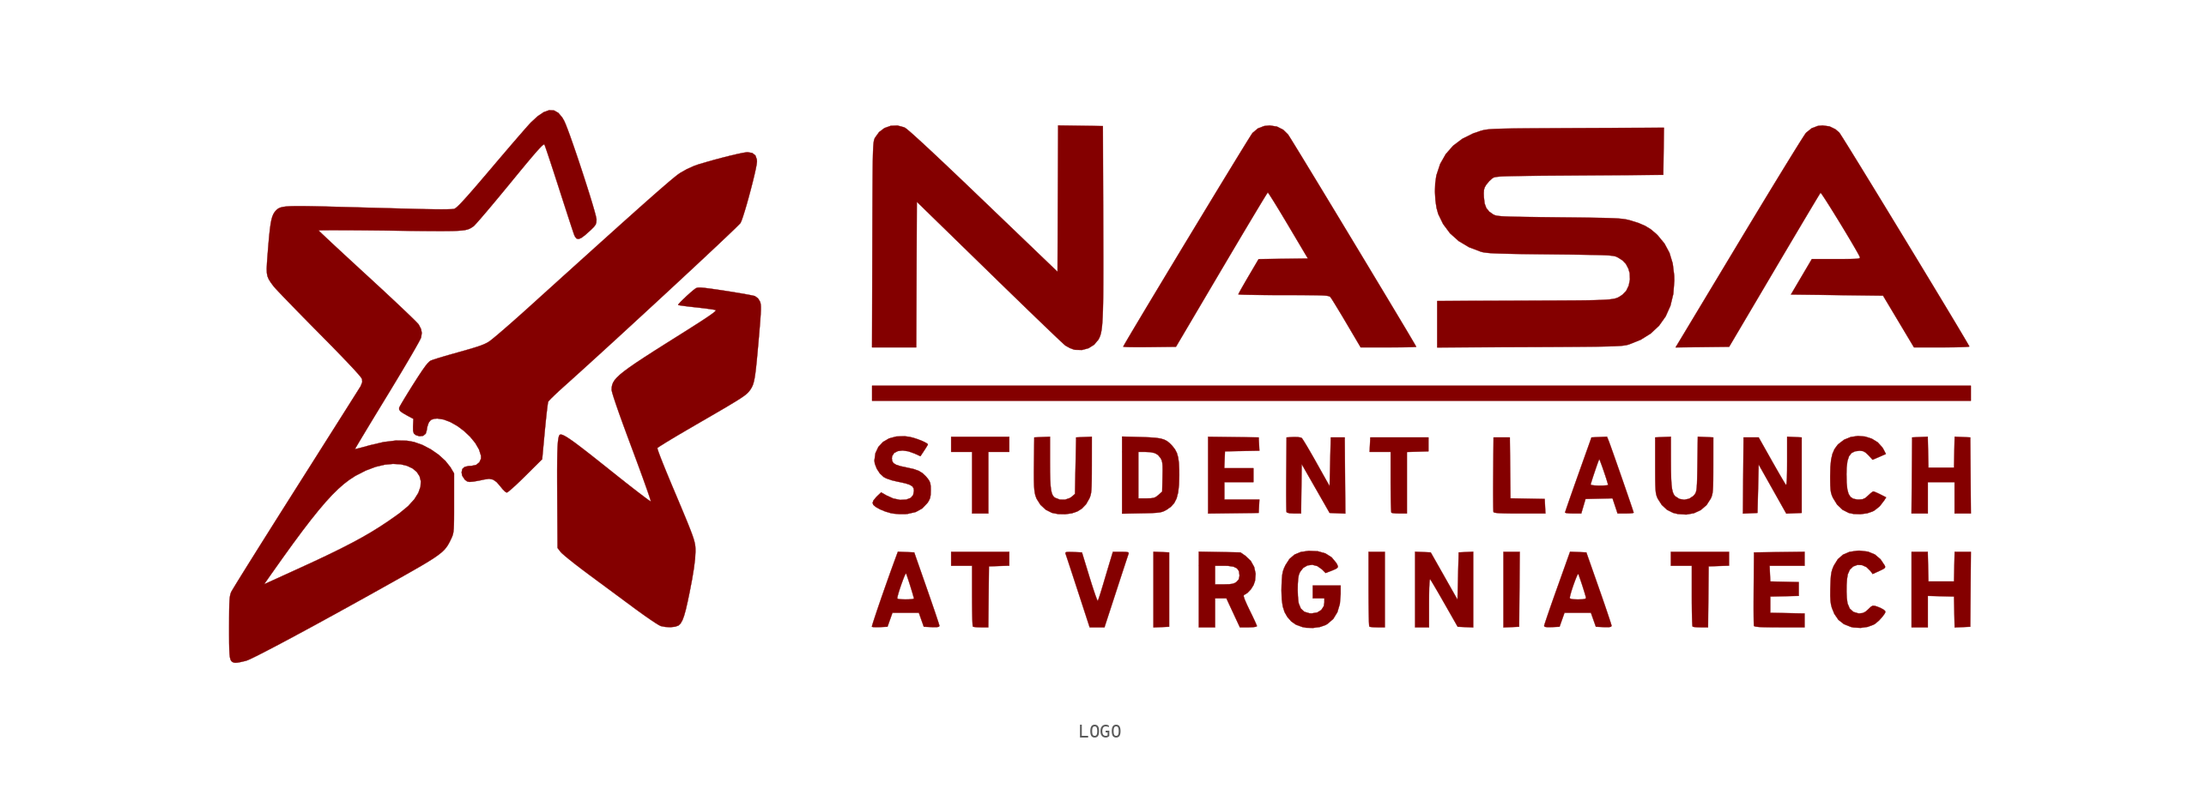
<source format=kicad_sym>
(kicad_symbol_lib
  (version 20211014)
  (generator kicad_symbol_editor)
  (symbol "LOGO"
    (pin_names
      (offset 1.016))
    (property "Reference" "#G"
      (at 0 21.548 0)
      (effects (font (size 1.27 1.27)) hide))
    (symbol "LOGO_0_0"
      (polyline (pts (xy 60.283 0.762) (xy -19.727 0.762) (xy -19.727 -0.339) (xy 60.283 -0.339) (xy 60.283 0.762)) (stroke (width 0.01) (type default) (color 0 0 0 0)) (fill (type outline)))
      (polyline (pts (xy 1.905 -16.806) (xy 1.905 -11.388) (xy 1.333 -11.363) (xy 0.762 -11.338) (xy 0.762 -16.856) (xy 1.905 -16.806)) (stroke (width 0.01) (type default) (color 0 0 0 0)) (fill (type outline)))
      (polyline (pts (xy 27.39 -16.806) (xy 27.412 -14.076) (xy 27.434 -11.345) (xy 26.247 -11.345) (xy 26.247 -16.856) (xy 27.39 -16.806)) (stroke (width 0.01) (type default) (color 0 0 0 0)) (fill (type outline)))
      (polyline (pts (xy -11.261 -4.064) (xy -9.737 -4.064) (xy -9.737 -2.963) (xy -13.97 -2.963) (xy -13.97 -4.064) (xy -12.446 -4.064) (xy -12.446 -8.551) (xy -11.261 -8.551) (xy -11.261 -4.064)) (stroke (width 0.01) (type default) (color 0 0 0 0)) (fill (type outline)))
      (polyline (pts (xy 17.611 -11.345) (xy 16.425 -11.345) (xy 16.425 -14.041) (xy 16.426 -14.402) (xy 16.429 -15.035) (xy 16.436 -15.601) (xy 16.445 -16.081) (xy 16.455 -16.453) (xy 16.468 -16.697) (xy 16.482 -16.792) (xy 16.571 -16.819) (xy 16.787 -16.84) (xy 17.074 -16.849) (xy 17.611 -16.849) (xy 17.611 -11.345)) (stroke (width 0.01) (type default) (color 0 0 0 0)) (fill (type outline)))
      (polyline (pts (xy 57.15 -6.265) (xy 59.097 -6.265) (xy 59.097 -8.551) (xy 60.285 -8.551) (xy 60.263 -5.779) (xy 60.24 -3.006) (xy 59.102 -2.956) (xy 59.079 -4.081) (xy 59.055 -5.207) (xy 57.192 -5.207) (xy 57.169 -4.081) (xy 57.145 -2.956) (xy 56.007 -3.006) (xy 55.985 -5.779) (xy 55.962 -8.551) (xy 57.15 -8.551) (xy 57.15 -6.265)) (stroke (width 0.01) (type default) (color 0 0 0 0)) (fill (type outline)))
      (polyline (pts (xy 6.583 -8.532) (xy 8.424 -8.509) (xy 8.475 -7.535) (xy 5.927 -7.535) (xy 5.927 -6.265) (xy 8.043 -6.265) (xy 8.043 -5.249) (xy 5.919 -5.249) (xy 5.944 -4.636) (xy 5.969 -4.022) (xy 7.222 -3.998) (xy 8.475 -3.975) (xy 8.45 -3.49) (xy 8.424 -3.006) (xy 6.583 -2.983) (xy 4.741 -2.96) (xy 4.741 -8.555) (xy 6.583 -8.532)) (stroke (width 0.01) (type default) (color 0 0 0 0)) (fill (type outline)))
      (polyline (pts (xy 59.671 -16.831) (xy 60.24 -16.806) (xy 60.263 -14.076) (xy 60.285 -11.345) (xy 59.102 -11.345) (xy 59.079 -12.425) (xy 59.055 -13.504) (xy 57.192 -13.504) (xy 57.145 -11.345) (xy 55.965 -11.345) (xy 55.965 -16.849) (xy 57.15 -16.849) (xy 57.15 -14.557) (xy 58.102 -14.581) (xy 59.055 -14.605) (xy 59.079 -15.731) (xy 59.102 -16.856) (xy 59.671 -16.831)) (stroke (width 0.01) (type default) (color 0 0 0 0)) (fill (type outline)))
      (polyline (pts (xy 41.19 -12.404) (xy 41.931 -12.379) (xy 42.672 -12.355) (xy 42.672 -11.345) (xy 38.439 -11.345) (xy 38.439 -12.361) (xy 39.963 -12.361) (xy 39.963 -14.549) (xy 39.964 -15.077) (xy 39.97 -15.62) (xy 39.979 -16.087) (xy 39.99 -16.453) (xy 40.004 -16.696) (xy 40.019 -16.792) (xy 40.108 -16.819) (xy 40.323 -16.84) (xy 40.61 -16.849) (xy 41.145 -16.849) (xy 41.19 -12.404)) (stroke (width 0.01) (type default) (color 0 0 0 0)) (fill (type outline)))
      (polyline (pts (xy -11.241 -14.626) (xy -11.218 -12.404) (xy -10.477 -12.379) (xy -9.737 -12.355) (xy -9.737 -11.345) (xy -13.97 -11.345) (xy -13.97 -12.361) (xy -12.446 -12.361) (xy -12.446 -14.549) (xy -12.444 -15.077) (xy -12.439 -15.62) (xy -12.43 -16.087) (xy -12.418 -16.453) (xy -12.405 -16.696) (xy -12.39 -16.792) (xy -12.3 -16.819) (xy -12.085 -16.84) (xy -11.798 -16.849) (xy -11.264 -16.849) (xy -11.241 -14.626)) (stroke (width 0.01) (type default) (color 0 0 0 0)) (fill (type outline)))
      (polyline (pts (xy 19.219 -4.07) (xy 20.003 -4.046) (xy 20.786 -4.022) (xy 20.786 -3.006) (xy 16.552 -3.006) (xy 16.527 -3.535) (xy 16.502 -4.064) (xy 18.034 -4.064) (xy 18.034 -6.251) (xy 18.036 -6.78) (xy 18.041 -7.323) (xy 18.05 -7.789) (xy 18.061 -8.155) (xy 18.075 -8.398) (xy 18.09 -8.495) (xy 18.18 -8.521) (xy 18.396 -8.543) (xy 18.683 -8.551) (xy 19.219 -8.551) (xy 19.219 -4.07)) (stroke (width 0.01) (type default) (color 0 0 0 0)) (fill (type outline)))
      (polyline (pts (xy 29.252 -7.493) (xy 28.005 -7.47) (xy 26.757 -7.446) (xy 26.735 -5.226) (xy 26.712 -3.006) (xy 25.527 -3.006) (xy 25.505 -5.672) (xy 25.502 -6.001) (xy 25.499 -6.636) (xy 25.499 -7.209) (xy 25.502 -7.697) (xy 25.506 -8.08) (xy 25.514 -8.336) (xy 25.523 -8.445) (xy 25.566 -8.477) (xy 25.699 -8.506) (xy 25.935 -8.527) (xy 26.293 -8.541) (xy 26.786 -8.549) (xy 27.433 -8.551) (xy 29.303 -8.551) (xy 29.252 -7.493)) (stroke (width 0.01) (type default) (color 0 0 0 0)) (fill (type outline)))
      (polyline (pts (xy 24.045 -11.337) (xy 23.516 -11.363) (xy 22.987 -11.388) (xy 22.945 -13.111) (xy 22.902 -14.835) (xy 21.927 -13.111) (xy 20.952 -11.388) (xy 20.382 -11.363) (xy 19.812 -11.338) (xy 19.812 -16.849) (xy 20.828 -16.849) (xy 20.828 -15.054) (xy 20.831 -14.46) (xy 20.841 -13.963) (xy 20.858 -13.603) (xy 20.88 -13.392) (xy 20.908 -13.339) (xy 20.932 -13.373) (xy 21.035 -13.537) (xy 21.201 -13.816) (xy 21.418 -14.185) (xy 21.672 -14.625) (xy 21.951 -15.113) (xy 22.915 -16.806) (xy 23.48 -16.831) (xy 24.045 -16.856) (xy 24.045 -11.337)) (stroke (width 0.01) (type default) (color 0 0 0 0)) (fill (type outline)))
      (polyline (pts (xy 44.216 -8.534) (xy 44.746 -8.509) (xy 44.789 -6.745) (xy 44.831 -4.981) (xy 45.837 -6.77) (xy 46.843 -8.559) (xy 47.403 -8.534) (xy 47.964 -8.509) (xy 47.964 -3.006) (xy 47.434 -2.981) (xy 46.905 -2.955) (xy 46.905 -4.759) (xy 46.902 -5.417) (xy 46.892 -5.911) (xy 46.874 -6.247) (xy 46.85 -6.43) (xy 46.818 -6.466) (xy 46.793 -6.433) (xy 46.691 -6.269) (xy 46.525 -5.99) (xy 46.309 -5.62) (xy 46.057 -5.18) (xy 45.78 -4.692) (xy 44.831 -3.006) (xy 43.73 -3.006) (xy 43.708 -5.783) (xy 43.686 -8.559) (xy 44.216 -8.534)) (stroke (width 0.01) (type default) (color 0 0 0 0)) (fill (type outline)))
      (polyline (pts (xy 48.175 -15.837) (xy 46.926 -15.814) (xy 45.678 -15.79) (xy 45.678 -14.605) (xy 46.715 -14.581) (xy 47.752 -14.557) (xy 47.752 -13.552) (xy 46.715 -13.528) (xy 45.678 -13.504) (xy 45.653 -12.933) (xy 45.627 -12.361) (xy 48.175 -12.361) (xy 48.175 -11.342) (xy 46.334 -11.365) (xy 44.492 -11.388) (xy 44.47 -14.011) (xy 44.468 -14.303) (xy 44.465 -14.936) (xy 44.464 -15.507) (xy 44.467 -15.995) (xy 44.472 -16.377) (xy 44.479 -16.634) (xy 44.488 -16.742) (xy 44.525 -16.772) (xy 44.651 -16.802) (xy 44.88 -16.824) (xy 45.229 -16.838) (xy 45.714 -16.846) (xy 46.352 -16.849) (xy 48.175 -16.849) (xy 48.175 -15.837)) (stroke (width 0.01) (type default) (color 0 0 0 0)) (fill (type outline)))
      (polyline (pts (xy 14.712 -5.782) (xy 14.69 -3.006) (xy 13.674 -3.006) (xy 13.589 -6.562) (xy 12.632 -4.854) (xy 12.48 -4.583) (xy 12.211 -4.114) (xy 11.972 -3.703) (xy 11.775 -3.375) (xy 11.633 -3.15) (xy 11.56 -3.051) (xy 11.48 -3.015) (xy 11.253 -2.982) (xy 10.95 -2.98) (xy 10.456 -3.006) (xy 10.434 -5.672) (xy 10.431 -6.001) (xy 10.429 -6.636) (xy 10.428 -7.209) (xy 10.431 -7.697) (xy 10.436 -8.08) (xy 10.443 -8.336) (xy 10.452 -8.445) (xy 10.483 -8.479) (xy 10.668 -8.533) (xy 11.002 -8.551) (xy 11.511 -8.551) (xy 11.557 -4.953) (xy 13.589 -8.509) (xy 14.162 -8.534) (xy 14.734 -8.559) (xy 14.712 -5.782)) (stroke (width 0.01) (type default) (color 0 0 0 0)) (fill (type outline)))
      (polyline (pts (xy -1.95 -14.224) (xy -1.824 -13.838) (xy -1.625 -13.226) (xy -1.444 -12.674) (xy -1.289 -12.202) (xy -1.167 -11.832) (xy -1.084 -11.582) (xy -1.047 -11.473) (xy -1.041 -11.417) (xy -1.107 -11.373) (xy -1.281 -11.351) (xy -1.595 -11.345) (xy -2.191 -11.345) (xy -2.402 -12.044) (xy -2.497 -12.359) (xy -2.634 -12.817) (xy -2.783 -13.319) (xy -2.926 -13.801) (xy -2.947 -13.869) (xy -3.066 -14.262) (xy -3.171 -14.589) (xy -3.25 -14.82) (xy -3.293 -14.919) (xy -3.307 -14.91) (xy -3.366 -14.779) (xy -3.463 -14.52) (xy -3.588 -14.152) (xy -3.735 -13.7) (xy -3.896 -13.184) (xy -4.445 -11.388) (xy -5.069 -11.363) (xy -5.098 -11.361) (xy -5.407 -11.354) (xy -5.58 -11.366) (xy -5.648 -11.404) (xy -5.642 -11.472) (xy -5.626 -11.52) (xy -5.56 -11.716) (xy -5.452 -12.041) (xy -5.309 -12.476) (xy -5.138 -12.998) (xy -4.945 -13.589) (xy -4.736 -14.228) (xy -3.882 -16.849) (xy -2.805 -16.849) (xy -1.95 -14.224)) (stroke (width 0.01) (type default) (color 0 0 0 0)) (fill (type outline)))
      (polyline (pts (xy -5.181 -8.539) (xy -4.784 -8.403) (xy -4.45 -8.195) (xy -4.146 -7.881) (xy -3.902 -7.451) (xy -3.861 -7.354) (xy -3.816 -7.218) (xy -3.782 -7.055) (xy -3.758 -6.842) (xy -3.743 -6.555) (xy -3.733 -6.171) (xy -3.729 -5.665) (xy -3.727 -5.013) (xy -3.725 -2.956) (xy -4.297 -2.981) (xy -4.868 -3.006) (xy -4.911 -5.066) (xy -4.953 -7.127) (xy -5.191 -7.331) (xy -5.318 -7.421) (xy -5.673 -7.543) (xy -6.057 -7.538) (xy -6.409 -7.402) (xy -6.446 -7.376) (xy -6.549 -7.267) (xy -6.628 -7.103) (xy -6.687 -6.866) (xy -6.729 -6.537) (xy -6.755 -6.095) (xy -6.769 -5.523) (xy -6.773 -4.801) (xy -6.773 -2.956) (xy -7.345 -2.981) (xy -7.916 -3.006) (xy -7.939 -4.904) (xy -7.945 -5.548) (xy -7.943 -6.083) (xy -7.932 -6.496) (xy -7.911 -6.811) (xy -7.878 -7.052) (xy -7.834 -7.243) (xy -7.746 -7.478) (xy -7.465 -7.921) (xy -7.08 -8.277) (xy -6.629 -8.505) (xy -6.621 -8.507) (xy -6.168 -8.594) (xy -5.665 -8.604) (xy -5.181 -8.539)) (stroke (width 0.01) (type default) (color 0 0 0 0)) (fill (type outline)))
      (polyline (pts (xy 5.249 -14.732) (xy 6.071 -14.732) (xy 6.563 -15.79) (xy 7.056 -16.849) (xy 7.676 -16.849) (xy 7.704 -16.849) (xy 8.009 -16.836) (xy 8.219 -16.807) (xy 8.297 -16.765) (xy 8.293 -16.746) (xy 8.235 -16.599) (xy 8.119 -16.341) (xy 7.959 -16.002) (xy 7.768 -15.61) (xy 7.569 -15.194) (xy 7.408 -14.825) (xy 7.332 -14.593) (xy 7.34 -14.503) (xy 7.344 -14.501) (xy 7.605 -14.341) (xy 7.859 -14.077) (xy 8.052 -13.765) (xy 8.16 -13.451) (xy 8.202 -12.941) (xy 8.094 -12.447) (xy 7.846 -12.004) (xy 7.465 -11.643) (xy 7.098 -11.388) (xy 5.581 -11.36) (xy 4.064 -11.332) (xy 4.064 -12.361) (xy 5.249 -12.361) (xy 5.915 -12.361) (xy 6.2 -12.369) (xy 6.59 -12.427) (xy 6.845 -12.551) (xy 6.985 -12.751) (xy 7.027 -13.039) (xy 7.025 -13.124) (xy 6.967 -13.361) (xy 6.804 -13.54) (xy 6.7 -13.611) (xy 6.527 -13.675) (xy 6.281 -13.707) (xy 5.915 -13.716) (xy 5.249 -13.716) (xy 5.249 -12.361) (xy 4.064 -12.361) (xy 4.064 -16.849) (xy 5.249 -16.849) (xy 5.249 -14.732)) (stroke (width 0.01) (type default) (color 0 0 0 0)) (fill (type outline)))
      (polyline (pts (xy -0.106 -8.537) (xy 0.208 -8.531) (xy 0.654 -8.518) (xy 0.98 -8.5) (xy 1.216 -8.473) (xy 1.392 -8.433) (xy 1.54 -8.376) (xy 1.69 -8.297) (xy 1.709 -8.287) (xy 2.03 -8.064) (xy 2.273 -7.793) (xy 2.447 -7.451) (xy 2.56 -7.014) (xy 2.622 -6.459) (xy 2.642 -5.761) (xy 2.639 -5.401) (xy 2.615 -4.873) (xy 2.56 -4.463) (xy 2.467 -4.14) (xy 2.327 -3.87) (xy 2.133 -3.623) (xy 1.957 -3.44) (xy 1.762 -3.281) (xy 1.543 -3.166) (xy 1.272 -3.086) (xy 0.919 -3.035) (xy 0.456 -3.002) (xy -0.148 -2.981) (xy -1.524 -2.943) (xy -1.524 -4.064) (xy -0.339 -4.064) (xy 0.164 -4.064) (xy 0.524 -4.079) (xy 0.854 -4.147) (xy 1.091 -4.284) (xy 1.273 -4.506) (xy 1.307 -4.562) (xy 1.368 -4.697) (xy 1.406 -4.859) (xy 1.425 -5.086) (xy 1.429 -5.411) (xy 1.421 -5.87) (xy 1.397 -6.957) (xy 1.12 -7.204) (xy 0.956 -7.336) (xy 0.794 -7.41) (xy 0.579 -7.443) (xy 0.253 -7.451) (xy -0.339 -7.451) (xy -0.339 -4.064) (xy -1.524 -4.064) (xy -1.524 -8.566) (xy -0.106 -8.537)) (stroke (width 0.01) (type default) (color 0 0 0 0)) (fill (type outline)))
      (polyline (pts (xy 40.124 -8.529) (xy 40.626 -8.293) (xy 41.042 -7.931) (xy 41.35 -7.451) (xy 41.392 -7.354) (xy 41.438 -7.219) (xy 41.472 -7.058) (xy 41.496 -6.848) (xy 41.511 -6.566) (xy 41.521 -6.186) (xy 41.525 -5.684) (xy 41.527 -5.038) (xy 41.529 -3.006) (xy 40.964 -2.981) (xy 40.4 -2.956) (xy 40.372 -4.943) (xy 40.364 -5.465) (xy 40.353 -5.98) (xy 40.341 -6.367) (xy 40.323 -6.647) (xy 40.299 -6.846) (xy 40.267 -6.983) (xy 40.223 -7.084) (xy 40.166 -7.17) (xy 40.07 -7.28) (xy 39.763 -7.477) (xy 39.409 -7.549) (xy 39.057 -7.489) (xy 38.753 -7.295) (xy 38.748 -7.29) (xy 38.652 -7.164) (xy 38.578 -6.991) (xy 38.523 -6.752) (xy 38.484 -6.425) (xy 38.459 -5.991) (xy 38.445 -5.428) (xy 38.441 -4.716) (xy 38.439 -2.956) (xy 37.867 -2.981) (xy 37.296 -3.006) (xy 37.296 -5.038) (xy 37.297 -5.549) (xy 37.3 -6.081) (xy 37.308 -6.486) (xy 37.322 -6.788) (xy 37.343 -7.012) (xy 37.375 -7.181) (xy 37.417 -7.319) (xy 37.474 -7.451) (xy 37.481 -7.467) (xy 37.777 -7.929) (xy 38.163 -8.286) (xy 38.606 -8.506) (xy 38.944 -8.589) (xy 39.556 -8.63) (xy 40.124 -8.529)) (stroke (width 0.01) (type default) (color 0 0 0 0)) (fill (type outline)))
      (polyline (pts (xy 29.771 -16.831) (xy 30.333 -16.806) (xy 30.512 -16.298) (xy 30.692 -15.79) (xy 32.618 -15.79) (xy 32.798 -16.298) (xy 32.978 -16.806) (xy 33.549 -16.831) (xy 33.673 -16.836) (xy 33.941 -16.833) (xy 34.081 -16.803) (xy 34.121 -16.74) (xy 34.11 -16.692) (xy 34.051 -16.497) (xy 33.946 -16.174) (xy 33.802 -15.744) (xy 33.626 -15.226) (xy 33.424 -14.64) (xy 33.202 -14.005) (xy 32.283 -11.388) (xy 31.099 -11.338) (xy 30.154 -13.988) (xy 30 -14.419) (xy 29.897 -14.711) (xy 31.074 -14.711) (xy 31.1 -14.557) (xy 31.166 -14.311) (xy 31.26 -14.011) (xy 31.369 -13.692) (xy 31.48 -13.391) (xy 31.58 -13.143) (xy 31.656 -12.986) (xy 31.697 -12.954) (xy 31.753 -13.101) (xy 31.85 -13.377) (xy 31.961 -13.707) (xy 32.07 -14.047) (xy 32.165 -14.356) (xy 32.233 -14.589) (xy 32.258 -14.706) (xy 32.257 -14.715) (xy 32.191 -14.774) (xy 32.001 -14.807) (xy 31.665 -14.817) (xy 31.333 -14.806) (xy 31.136 -14.772) (xy 31.074 -14.711) (xy 29.897 -14.711) (xy 29.786 -15.026) (xy 29.596 -15.572) (xy 29.437 -16.036) (xy 29.315 -16.4) (xy 29.236 -16.643) (xy 29.209 -16.747) (xy 29.21 -16.755) (xy 29.271 -16.812) (xy 29.45 -16.836) (xy 29.771 -16.831)) (stroke (width 0.01) (type default) (color 0 0 0 0)) (fill (type outline)))
      (polyline (pts (xy 52.727 -8.539) (xy 53.131 -8.402) (xy 53.278 -8.319) (xy 53.649 -8.022) (xy 53.97 -7.604) (xy 54.115 -7.376) (xy 53.688 -7.159) (xy 53.507 -7.071) (xy 53.296 -6.979) (xy 53.182 -6.943) (xy 53.138 -6.96) (xy 52.993 -7.067) (xy 52.807 -7.239) (xy 52.599 -7.421) (xy 52.399 -7.513) (xy 52.14 -7.535) (xy 51.99 -7.53) (xy 51.718 -7.474) (xy 51.516 -7.342) (xy 51.375 -7.116) (xy 51.285 -6.778) (xy 51.238 -6.308) (xy 51.224 -5.69) (xy 51.236 -5.223) (xy 51.294 -4.733) (xy 51.41 -4.38) (xy 51.591 -4.147) (xy 51.847 -4.019) (xy 52.187 -3.979) (xy 52.203 -3.979) (xy 52.426 -4.006) (xy 52.611 -4.104) (xy 52.824 -4.307) (xy 53.128 -4.635) (xy 53.612 -4.425) (xy 54.096 -4.215) (xy 53.933 -3.896) (xy 53.842 -3.74) (xy 53.504 -3.367) (xy 53.073 -3.101) (xy 52.581 -2.944) (xy 52.059 -2.902) (xy 51.539 -2.977) (xy 51.053 -3.174) (xy 50.632 -3.496) (xy 50.564 -3.569) (xy 50.355 -3.857) (xy 50.206 -4.198) (xy 50.108 -4.62) (xy 50.055 -5.153) (xy 50.039 -5.824) (xy 50.04 -6.113) (xy 50.047 -6.516) (xy 50.066 -6.81) (xy 50.101 -7.032) (xy 50.156 -7.218) (xy 50.238 -7.408) (xy 50.543 -7.903) (xy 50.935 -8.278) (xy 51.391 -8.511) (xy 51.75 -8.586) (xy 52.243 -8.602) (xy 52.727 -8.539)) (stroke (width 0.01) (type default) (color 0 0 0 0)) (fill (type outline)))
      (polyline (pts (xy -19.148 -16.831) (xy -18.605 -16.806) (xy -18.425 -16.298) (xy -18.245 -15.79) (xy -16.319 -15.79) (xy -16.14 -16.298) (xy -15.96 -16.806) (xy -15.388 -16.831) (xy -15.321 -16.834) (xy -15.024 -16.835) (xy -14.866 -16.807) (xy -14.821 -16.747) (xy -14.832 -16.699) (xy -14.892 -16.504) (xy -14.998 -16.182) (xy -15.142 -15.752) (xy -15.319 -15.234) (xy -15.521 -14.648) (xy -15.742 -14.012) (xy -16.659 -11.388) (xy -17.253 -11.363) (xy -17.848 -11.338) (xy -17.983 -11.702) (xy -18.145 -12.144) (xy -18.363 -12.745) (xy -18.586 -13.37) (xy -18.808 -14) (xy -19.022 -14.613) (xy -19.06 -14.724) (xy -17.894 -14.724) (xy -17.865 -14.57) (xy -17.796 -14.322) (xy -17.7 -14.018) (xy -17.589 -13.692) (xy -17.476 -13.383) (xy -17.375 -13.126) (xy -17.296 -12.958) (xy -17.254 -12.916) (xy -17.232 -12.967) (xy -17.164 -13.156) (xy -17.071 -13.437) (xy -16.965 -13.768) (xy -16.86 -14.107) (xy -16.768 -14.411) (xy -16.704 -14.64) (xy -16.679 -14.75) (xy -16.694 -14.766) (xy -16.827 -14.794) (xy -17.054 -14.811) (xy -17.326 -14.815) (xy -17.59 -14.807) (xy -17.796 -14.787) (xy -17.891 -14.753) (xy -17.894 -14.724) (xy -19.06 -14.724) (xy -19.221 -15.19) (xy -19.397 -15.71) (xy -19.544 -16.152) (xy -19.655 -16.496) (xy -19.723 -16.721) (xy -19.74 -16.808) (xy -19.65 -16.828) (xy -19.436 -16.837) (xy -19.148 -16.831)) (stroke (width 0.01) (type default) (color 0 0 0 0)) (fill (type outline)))
      (polyline (pts (xy 12.872 -16.826) (xy 13.28 -16.686) (xy 13.445 -16.592) (xy 13.859 -16.229) (xy 14.155 -15.745) (xy 14.334 -15.142) (xy 14.393 -14.42) (xy 14.393 -13.801) (xy 12.361 -13.801) (xy 12.361 -14.732) (xy 13.208 -14.732) (xy 13.208 -15.035) (xy 13.163 -15.307) (xy 12.982 -15.586) (xy 12.683 -15.768) (xy 12.288 -15.833) (xy 12.12 -15.824) (xy 11.752 -15.715) (xy 11.494 -15.48) (xy 11.343 -15.113) (xy 11.311 -14.929) (xy 11.279 -14.556) (xy 11.265 -14.125) (xy 11.272 -13.691) (xy 11.298 -13.313) (xy 11.343 -13.046) (xy 11.43 -12.824) (xy 11.666 -12.517) (xy 11.978 -12.336) (xy 12.332 -12.29) (xy 12.698 -12.386) (xy 13.043 -12.632) (xy 13.3 -12.89) (xy 13.656 -12.752) (xy 13.822 -12.687) (xy 14.058 -12.581) (xy 14.173 -12.492) (xy 14.191 -12.396) (xy 14.138 -12.266) (xy 14.08 -12.162) (xy 13.74 -11.749) (xy 13.289 -11.463) (xy 12.732 -11.304) (xy 12.072 -11.274) (xy 11.494 -11.356) (xy 11.032 -11.548) (xy 10.667 -11.862) (xy 10.376 -12.311) (xy 10.366 -12.332) (xy 10.258 -12.567) (xy 10.185 -12.784) (xy 10.139 -13.03) (xy 10.111 -13.351) (xy 10.091 -13.796) (xy 10.083 -14.157) (xy 10.103 -14.8) (xy 10.176 -15.318) (xy 10.308 -15.735) (xy 10.502 -16.077) (xy 10.503 -16.08) (xy 10.802 -16.423) (xy 11.142 -16.656) (xy 11.586 -16.821) (xy 11.888 -16.879) (xy 12.383 -16.892) (xy 12.872 -16.826)) (stroke (width 0.01) (type default) (color 0 0 0 0)) (fill (type outline)))
      (polyline (pts (xy 32.225 -7.493) (xy 33.207 -7.469) (xy 34.19 -7.445) (xy 34.374 -7.998) (xy 34.558 -8.551) (xy 35.144 -8.551) (xy 35.161 -8.551) (xy 35.448 -8.543) (xy 35.652 -8.524) (xy 35.729 -8.496) (xy 35.726 -8.481) (xy 35.681 -8.339) (xy 35.591 -8.069) (xy 35.464 -7.693) (xy 35.307 -7.235) (xy 35.129 -6.718) (xy 34.938 -6.165) (xy 34.741 -5.6) (xy 34.547 -5.045) (xy 34.364 -4.523) (xy 34.2 -4.058) (xy 34.063 -3.673) (xy 33.961 -3.391) (xy 33.902 -3.235) (xy 33.787 -2.955) (xy 32.659 -3.006) (xy 31.696 -5.711) (xy 31.524 -6.196) (xy 31.434 -6.451) (xy 32.597 -6.451) (xy 32.617 -6.364) (xy 32.681 -6.151) (xy 32.775 -5.859) (xy 32.886 -5.525) (xy 33 -5.192) (xy 33.103 -4.898) (xy 33.182 -4.686) (xy 33.224 -4.594) (xy 33.228 -4.596) (xy 33.273 -4.69) (xy 33.353 -4.9) (xy 33.457 -5.187) (xy 33.57 -5.515) (xy 33.681 -5.845) (xy 33.775 -6.14) (xy 33.842 -6.363) (xy 33.867 -6.476) (xy 33.864 -6.48) (xy 33.76 -6.5) (xy 33.535 -6.514) (xy 33.232 -6.519) (xy 33.172 -6.519) (xy 32.88 -6.508) (xy 32.674 -6.484) (xy 32.597 -6.451) (xy 31.434 -6.451) (xy 31.31 -6.802) (xy 31.12 -7.343) (xy 30.961 -7.801) (xy 30.839 -8.157) (xy 30.761 -8.39) (xy 30.734 -8.483) (xy 30.734 -8.486) (xy 30.822 -8.519) (xy 31.032 -8.542) (xy 31.324 -8.551) (xy 31.913 -8.551) (xy 32.225 -7.493)) (stroke (width 0.01) (type default) (color 0 0 0 0)) (fill (type outline)))
      (polyline (pts (xy 52.77 -16.815) (xy 53.209 -16.651) (xy 53.334 -16.571) (xy 53.599 -16.346) (xy 53.831 -16.09) (xy 53.834 -16.086) (xy 53.993 -15.871) (xy 54.059 -15.744) (xy 54.042 -15.662) (xy 53.953 -15.579) (xy 53.923 -15.556) (xy 53.711 -15.439) (xy 53.454 -15.334) (xy 53.277 -15.281) (xy 53.133 -15.275) (xy 53.001 -15.351) (xy 52.815 -15.528) (xy 52.615 -15.706) (xy 52.413 -15.807) (xy 52.168 -15.833) (xy 52.081 -15.829) (xy 51.727 -15.723) (xy 51.462 -15.48) (xy 51.306 -15.113) (xy 51.297 -15.073) (xy 51.25 -14.708) (xy 51.229 -14.252) (xy 51.234 -13.769) (xy 51.265 -13.324) (xy 51.32 -12.983) (xy 51.467 -12.652) (xy 51.713 -12.413) (xy 52.021 -12.299) (xy 52.355 -12.312) (xy 52.684 -12.459) (xy 52.973 -12.744) (xy 53.132 -12.962) (xy 53.617 -12.74) (xy 53.626 -12.736) (xy 53.884 -12.612) (xy 54.014 -12.523) (xy 54.045 -12.44) (xy 54.005 -12.334) (xy 53.704 -11.887) (xy 53.292 -11.538) (xy 52.789 -11.331) (xy 52.188 -11.261) (xy 52.038 -11.264) (xy 51.45 -11.347) (xy 50.972 -11.552) (xy 50.595 -11.884) (xy 50.304 -12.352) (xy 50.282 -12.4) (xy 50.194 -12.617) (xy 50.133 -12.834) (xy 50.094 -13.094) (xy 50.069 -13.439) (xy 50.052 -13.91) (xy 50.047 -14.093) (xy 50.044 -14.56) (xy 50.061 -14.912) (xy 50.1 -15.19) (xy 50.164 -15.434) (xy 50.341 -15.868) (xy 50.639 -16.302) (xy 51.036 -16.613) (xy 51.549 -16.819) (xy 51.748 -16.862) (xy 52.258 -16.888) (xy 52.77 -16.815)) (stroke (width 0.01) (type default) (color 0 0 0 0)) (fill (type outline)))
      (polyline (pts (xy -3.967 3.495) (xy -3.558 3.749) (xy -3.252 4.113) (xy -3.219 4.17) (xy -3.158 4.293) (xy -3.105 4.433) (xy -3.059 4.601) (xy -3.02 4.808) (xy -2.986 5.064) (xy -2.959 5.38) (xy -2.937 5.768) (xy -2.919 6.238) (xy -2.906 6.801) (xy -2.897 7.468) (xy -2.892 8.249) (xy -2.89 9.157) (xy -2.89 10.201) (xy -2.893 11.392) (xy -2.897 12.742) (xy -2.921 19.685) (xy -4.55 19.708) (xy -6.179 19.731) (xy -6.201 14.397) (xy -6.223 9.064) (xy -11.599 14.225) (xy -12.048 14.655) (xy -13.068 15.632) (xy -13.986 16.505) (xy -14.798 17.273) (xy -15.503 17.935) (xy -16.098 18.487) (xy -16.582 18.929) (xy -16.951 19.257) (xy -17.205 19.471) (xy -17.34 19.567) (xy -17.4 19.595) (xy -17.884 19.725) (xy -18.37 19.703) (xy -18.826 19.539) (xy -19.219 19.245) (xy -19.516 18.833) (xy -19.541 18.781) (xy -19.567 18.713) (xy -19.59 18.629) (xy -19.61 18.516) (xy -19.627 18.365) (xy -19.642 18.164) (xy -19.654 17.902) (xy -19.665 17.569) (xy -19.673 17.154) (xy -19.68 16.645) (xy -19.686 16.032) (xy -19.691 15.305) (xy -19.696 14.451) (xy -19.7 13.461) (xy -19.704 12.324) (xy -19.708 11.028) (xy -19.73 3.556) (xy -16.511 3.556) (xy -16.489 8.861) (xy -16.468 14.166) (xy -11.225 9.052) (xy -10.633 8.474) (xy -9.861 7.723) (xy -9.124 7.008) (xy -8.434 6.339) (xy -7.798 5.725) (xy -7.227 5.175) (xy -6.73 4.699) (xy -6.316 4.304) (xy -5.996 4.001) (xy -5.777 3.799) (xy -5.67 3.705) (xy -5.605 3.66) (xy -5.311 3.5) (xy -5.028 3.396) (xy -4.938 3.378) (xy -4.439 3.366) (xy -3.967 3.495)) (stroke (width 0.01) (type default) (color 0 0 0 0)) (fill (type outline)))
      (polyline (pts (xy -17.32 -8.596) (xy -17.131 -8.579) (xy -16.545 -8.442) (xy -16.073 -8.183) (xy -15.707 -7.799) (xy -15.598 -7.634) (xy -15.504 -7.429) (xy -15.462 -7.194) (xy -15.452 -6.859) (xy -15.458 -6.559) (xy -15.492 -6.331) (xy -15.571 -6.151) (xy -15.715 -5.956) (xy -15.804 -5.85) (xy -16.053 -5.612) (xy -16.337 -5.441) (xy -16.703 -5.311) (xy -17.193 -5.202) (xy -17.208 -5.199) (xy -17.662 -5.102) (xy -17.973 -5.001) (xy -18.164 -4.883) (xy -18.261 -4.73) (xy -18.288 -4.53) (xy -18.262 -4.36) (xy -18.114 -4.138) (xy -17.854 -4.004) (xy -17.507 -3.962) (xy -17.096 -4.018) (xy -16.647 -4.176) (xy -16.206 -4.378) (xy -15.935 -3.968) (xy -15.818 -3.787) (xy -15.706 -3.604) (xy -15.663 -3.516) (xy -15.697 -3.469) (xy -15.857 -3.37) (xy -16.109 -3.253) (xy -16.413 -3.135) (xy -16.726 -3.033) (xy -17.007 -2.965) (xy -17.355 -2.921) (xy -17.962 -2.939) (xy -18.494 -3.082) (xy -18.935 -3.34) (xy -19.27 -3.701) (xy -19.483 -4.156) (xy -19.558 -4.694) (xy -19.528 -4.919) (xy -19.386 -5.289) (xy -19.159 -5.636) (xy -18.884 -5.892) (xy -18.681 -5.997) (xy -18.306 -6.128) (xy -17.858 -6.234) (xy -17.758 -6.253) (xy -17.307 -6.352) (xy -16.997 -6.452) (xy -16.805 -6.566) (xy -16.707 -6.706) (xy -16.679 -6.886) (xy -16.68 -6.901) (xy -16.737 -7.21) (xy -16.915 -7.414) (xy -17.231 -7.536) (xy -17.681 -7.562) (xy -18.188 -7.457) (xy -18.698 -7.226) (xy -19.066 -7.011) (xy -19.319 -7.252) (xy -19.43 -7.361) (xy -19.626 -7.599) (xy -19.69 -7.78) (xy -19.633 -7.928) (xy -19.461 -8.073) (xy -19.153 -8.246) (xy -18.773 -8.404) (xy -18.373 -8.524) (xy -18.113 -8.567) (xy -17.709 -8.598) (xy -17.32 -8.596)) (stroke (width 0.01) (type default) (color 0 0 0 0)) (fill (type outline)))
      (polyline (pts (xy 40.731 3.576) (xy 42.682 3.598) (xy 45.974 9.177) (xy 46.051 9.309) (xy 46.574 10.194) (xy 47.071 11.034) (xy 47.537 11.82) (xy 47.964 12.54) (xy 48.345 13.181) (xy 48.675 13.734) (xy 48.945 14.186) (xy 49.15 14.526) (xy 49.282 14.743) (xy 49.336 14.826) (xy 49.35 14.817) (xy 49.439 14.701) (xy 49.596 14.469) (xy 49.807 14.142) (xy 50.062 13.739) (xy 50.346 13.282) (xy 50.649 12.791) (xy 50.956 12.287) (xy 51.256 11.789) (xy 51.536 11.319) (xy 51.783 10.897) (xy 51.986 10.544) (xy 52.131 10.28) (xy 52.206 10.125) (xy 52.207 10.122) (xy 52.207 10.078) (xy 52.158 10.045) (xy 52.041 10.021) (xy 51.834 10.005) (xy 51.519 9.996) (xy 51.074 9.992) (xy 50.48 9.991) (xy 48.703 9.991) (xy 47.942 8.7) (xy 47.181 7.408) (xy 50.535 7.366) (xy 53.89 7.324) (xy 56.14 3.556) (xy 58.174 3.556) (xy 58.578 3.557) (xy 59.1 3.563) (xy 59.543 3.573) (xy 59.885 3.586) (xy 60.103 3.602) (xy 60.174 3.619) (xy 60.155 3.655) (xy 60.03 3.875) (xy 59.83 4.217) (xy 59.561 4.67) (xy 59.232 5.223) (xy 58.848 5.863) (xy 58.418 6.579) (xy 57.947 7.36) (xy 57.444 8.194) (xy 56.915 9.068) (xy 56.368 9.972) (xy 55.808 10.894) (xy 55.245 11.822) (xy 54.683 12.745) (xy 54.132 13.651) (xy 53.597 14.528) (xy 53.086 15.365) (xy 52.605 16.149) (xy 52.163 16.871) (xy 51.765 17.517) (xy 51.42 18.076) (xy 51.133 18.536) (xy 50.913 18.887) (xy 50.766 19.115) (xy 50.7 19.211) (xy 50.416 19.455) (xy 49.986 19.662) (xy 49.482 19.727) (xy 49.149 19.697) (xy 48.692 19.525) (xy 48.282 19.195) (xy 48.215 19.103) (xy 48.063 18.871) (xy 47.836 18.514) (xy 47.539 18.039) (xy 47.18 17.458) (xy 46.763 16.78) (xy 46.295 16.016) (xy 45.782 15.175) (xy 45.23 14.266) (xy 44.646 13.301) (xy 44.034 12.288) (xy 43.402 11.238) (xy 38.781 3.553) (xy 40.731 3.576)) (stroke (width 0.01) (type default) (color 0 0 0 0)) (fill (type outline)))
      (polyline (pts (xy 18.263 3.557) (xy 18.789 3.56) (xy 19.239 3.567) (xy 19.589 3.575) (xy 19.816 3.585) (xy 19.897 3.596) (xy 19.859 3.668) (xy 19.74 3.874) (xy 19.547 4.202) (xy 19.287 4.642) (xy 18.966 5.181) (xy 18.591 5.807) (xy 18.17 6.51) (xy 17.71 7.278) (xy 17.216 8.099) (xy 16.697 8.962) (xy 16.16 9.855) (xy 15.61 10.767) (xy 15.056 11.685) (xy 14.504 12.6) (xy 13.961 13.499) (xy 13.434 14.37) (xy 12.93 15.202) (xy 12.456 15.984) (xy 12.018 16.704) (xy 11.625 17.35) (xy 11.282 17.911) (xy 10.998 18.375) (xy 10.777 18.732) (xy 10.629 18.969) (xy 10.559 19.074) (xy 10.21 19.416) (xy 9.751 19.649) (xy 9.224 19.727) (xy 8.829 19.689) (xy 8.365 19.511) (xy 7.976 19.184) (xy 7.975 19.183) (xy 7.905 19.08) (xy 7.755 18.844) (xy 7.534 18.489) (xy 7.248 18.026) (xy 6.904 17.465) (xy 6.509 16.819) (xy 6.07 16.099) (xy 5.593 15.317) (xy 5.087 14.483) (xy 4.558 13.61) (xy 4.012 12.709) (xy 3.457 11.792) (xy 2.899 10.87) (xy 2.347 9.954) (xy 1.805 9.057) (xy 1.283 8.188) (xy 0.786 7.362) (xy 0.321 6.587) (xy -0.104 5.877) (xy -0.483 5.242) (xy -0.809 4.695) (xy -1.074 4.246) (xy -1.272 3.907) (xy -1.397 3.69) (xy -1.439 3.606) (xy -1.416 3.598) (xy -1.255 3.585) (xy -0.961 3.576) (xy -0.557 3.572) (xy -0.069 3.571) (xy 0.481 3.576) (xy 2.401 3.598) (xy 5.714 9.217) (xy 5.817 9.39) (xy 6.339 10.274) (xy 6.836 11.113) (xy 7.3 11.896) (xy 7.726 12.61) (xy 8.106 13.245) (xy 8.434 13.791) (xy 8.702 14.235) (xy 8.905 14.566) (xy 9.035 14.774) (xy 9.087 14.847) (xy 9.116 14.816) (xy 9.224 14.659) (xy 9.4 14.384) (xy 9.634 14.008) (xy 9.915 13.549) (xy 10.232 13.022) (xy 10.576 12.446) (xy 12.007 10.033) (xy 10.212 10.01) (xy 8.418 9.987) (xy 7.68 8.732) (xy 7.485 8.398) (xy 7.269 8.022) (xy 7.097 7.718) (xy 6.984 7.509) (xy 6.943 7.422) (xy 6.947 7.418) (xy 7.067 7.406) (xy 7.334 7.395) (xy 7.729 7.386) (xy 8.235 7.378) (xy 8.832 7.371) (xy 9.504 7.367) (xy 10.232 7.366) (xy 10.976 7.366) (xy 11.678 7.364) (xy 12.24 7.36) (xy 12.68 7.354) (xy 13.014 7.344) (xy 13.257 7.33) (xy 13.426 7.311) (xy 13.537 7.286) (xy 13.606 7.255) (xy 13.649 7.218) (xy 13.69 7.161) (xy 13.816 6.966) (xy 14.005 6.661) (xy 14.243 6.269) (xy 14.518 5.813) (xy 14.814 5.313) (xy 15.851 3.556) (xy 17.874 3.556) (xy 18.263 3.557)) (stroke (width 0.01) (type default) (color 0 0 0 0)) (fill (type outline)))
      (polyline (pts (xy 28.131 3.578) (xy 28.156 3.578) (xy 29.386 3.583) (xy 30.459 3.589) (xy 31.386 3.595) (xy 32.18 3.601) (xy 32.851 3.608) (xy 33.412 3.616) (xy 33.875 3.626) (xy 34.251 3.637) (xy 34.553 3.651) (xy 34.791 3.666) (xy 34.978 3.685) (xy 35.125 3.706) (xy 35.245 3.73) (xy 35.348 3.758) (xy 35.392 3.771) (xy 36.243 4.111) (xy 36.974 4.568) (xy 37.581 5.137) (xy 38.06 5.813) (xy 38.407 6.59) (xy 38.618 7.462) (xy 38.69 8.424) (xy 38.681 8.794) (xy 38.572 9.67) (xy 38.337 10.444) (xy 37.971 11.127) (xy 37.471 11.73) (xy 37.356 11.841) (xy 36.974 12.162) (xy 36.566 12.412) (xy 36.085 12.619) (xy 35.482 12.808) (xy 35.356 12.841) (xy 35.206 12.876) (xy 35.04 12.904) (xy 34.843 12.928) (xy 34.6 12.949) (xy 34.295 12.966) (xy 33.914 12.98) (xy 33.439 12.992) (xy 32.857 13.002) (xy 32.152 13.013) (xy 31.308 13.023) (xy 30.311 13.033) (xy 30.222 13.034) (xy 29.243 13.045) (xy 28.417 13.055) (xy 27.731 13.064) (xy 27.17 13.075) (xy 26.721 13.086) (xy 26.368 13.099) (xy 26.099 13.114) (xy 25.897 13.133) (xy 25.75 13.155) (xy 25.644 13.182) (xy 25.563 13.213) (xy 25.494 13.25) (xy 25.216 13.445) (xy 25 13.707) (xy 24.876 14.045) (xy 24.823 14.503) (xy 24.814 14.793) (xy 24.829 15.039) (xy 24.885 15.222) (xy 24.991 15.402) (xy 25.014 15.434) (xy 25.216 15.674) (xy 25.427 15.867) (xy 25.453 15.886) (xy 25.504 15.917) (xy 25.568 15.944) (xy 25.659 15.967) (xy 25.787 15.987) (xy 25.965 16.004) (xy 26.205 16.018) (xy 26.518 16.03) (xy 26.917 16.04) (xy 27.413 16.049) (xy 28.019 16.057) (xy 28.747 16.064) (xy 29.607 16.071) (xy 30.614 16.078) (xy 31.777 16.087) (xy 37.888 16.129) (xy 37.911 17.848) (xy 37.934 19.566) (xy 31.561 19.538) (xy 31.055 19.536) (xy 29.927 19.53) (xy 28.952 19.525) (xy 28.115 19.52) (xy 27.406 19.514) (xy 26.812 19.506) (xy 26.32 19.498) (xy 25.919 19.487) (xy 25.595 19.475) (xy 25.336 19.46) (xy 25.131 19.442) (xy 24.966 19.422) (xy 24.829 19.397) (xy 24.709 19.369) (xy 24.592 19.337) (xy 24.046 19.151) (xy 23.25 18.756) (xy 22.583 18.253) (xy 22.046 17.642) (xy 21.64 16.927) (xy 21.369 16.108) (xy 21.357 16.053) (xy 21.281 15.518) (xy 21.261 14.914) (xy 21.292 14.3) (xy 21.372 13.733) (xy 21.499 13.273) (xy 21.853 12.546) (xy 22.357 11.869) (xy 22.986 11.305) (xy 23.736 10.857) (xy 24.603 10.528) (xy 24.709 10.5) (xy 24.859 10.472) (xy 25.047 10.447) (xy 25.288 10.426) (xy 25.596 10.408) (xy 25.986 10.393) (xy 26.473 10.38) (xy 27.07 10.368) (xy 27.794 10.357) (xy 28.657 10.346) (xy 29.676 10.335) (xy 30.112 10.33) (xy 31.042 10.32) (xy 31.823 10.311) (xy 32.469 10.301) (xy 32.995 10.291) (xy 33.415 10.28) (xy 33.743 10.266) (xy 33.994 10.25) (xy 34.181 10.23) (xy 34.32 10.207) (xy 34.424 10.179) (xy 34.508 10.145) (xy 34.586 10.105) (xy 34.919 9.894) (xy 35.162 9.639) (xy 35.345 9.292) (xy 35.44 8.962) (xy 35.459 8.505) (xy 35.371 8.061) (xy 35.186 7.676) (xy 34.914 7.396) (xy 34.818 7.33) (xy 34.717 7.263) (xy 34.617 7.205) (xy 34.504 7.155) (xy 34.367 7.114) (xy 34.193 7.08) (xy 33.971 7.051) (xy 33.688 7.029) (xy 33.332 7.011) (xy 32.892 6.997) (xy 32.354 6.987) (xy 31.708 6.979) (xy 30.941 6.974) (xy 30.04 6.969) (xy 28.995 6.965) (xy 27.792 6.96) (xy 21.421 6.936) (xy 21.421 3.549) (xy 28.131 3.578)) (stroke (width 0.01) (type default) (color 0 0 0 0)) (fill (type outline)))
      (polyline (pts (xy -46.316 -7.025) (xy -46.196 -6.944) (xy -45.982 -6.764) (xy -45.693 -6.503) (xy -45.35 -6.18) (xy -44.974 -5.812) (xy -43.75 -4.596) (xy -43.562 -2.573) (xy -43.526 -2.198) (xy -43.471 -1.654) (xy -43.419 -1.178) (xy -43.373 -0.794) (xy -43.337 -0.529) (xy -43.312 -0.406) (xy -43.263 -0.341) (xy -43.103 -0.171) (xy -42.853 0.073) (xy -42.538 0.368) (xy -42.179 0.694) (xy -41.748 1.08) (xy -41.146 1.624) (xy -40.482 2.226) (xy -39.768 2.876) (xy -39.012 3.566) (xy -38.225 4.287) (xy -37.417 5.03) (xy -36.597 5.785) (xy -35.775 6.543) (xy -34.96 7.296) (xy -34.163 8.035) (xy -33.393 8.75) (xy -32.66 9.432) (xy -31.975 10.072) (xy -31.345 10.662) (xy -30.782 11.191) (xy -30.296 11.652) (xy -29.895 12.035) (xy -29.59 12.331) (xy -29.39 12.53) (xy -29.305 12.624) (xy -29.238 12.772) (xy -29.132 13.071) (xy -29.003 13.48) (xy -28.858 13.968) (xy -28.708 14.506) (xy -28.558 15.063) (xy -28.418 15.61) (xy -28.295 16.117) (xy -28.197 16.554) (xy -28.133 16.891) (xy -28.109 17.098) (xy -28.118 17.247) (xy -28.223 17.544) (xy -28.447 17.721) (xy -28.791 17.78) (xy -28.873 17.774) (xy -29.149 17.73) (xy -29.546 17.647) (xy -30.038 17.532) (xy -30.595 17.391) (xy -31.19 17.233) (xy -31.796 17.062) (xy -32.385 16.888) (xy -32.695 16.778) (xy -33.218 16.543) (xy -33.697 16.271) (xy -33.737 16.245) (xy -33.866 16.153) (xy -34.032 16.024) (xy -34.242 15.854) (xy -34.5 15.638) (xy -34.812 15.371) (xy -35.184 15.049) (xy -35.621 14.666) (xy -36.129 14.217) (xy -36.713 13.698) (xy -37.378 13.104) (xy -38.13 12.431) (xy -38.974 11.672) (xy -39.917 10.823) (xy -40.962 9.88) (xy -42.117 8.838) (xy -43.386 7.691) (xy -44.774 6.435) (xy -44.883 6.336) (xy -45.442 5.835) (xy -45.974 5.364) (xy -46.461 4.938) (xy -46.889 4.57) (xy -47.241 4.274) (xy -47.5 4.065) (xy -47.651 3.957) (xy -47.659 3.952) (xy -47.81 3.868) (xy -47.972 3.79) (xy -48.165 3.711) (xy -48.412 3.624) (xy -48.734 3.522) (xy -49.155 3.397) (xy -49.695 3.243) (xy -50.377 3.051) (xy -50.559 2.999) (xy -51.002 2.87) (xy -51.391 2.752) (xy -51.69 2.655) (xy -51.862 2.591) (xy -51.943 2.541) (xy -52.078 2.411) (xy -52.252 2.197) (xy -52.476 1.883) (xy -52.762 1.453) (xy -53.121 0.892) (xy -53.246 0.693) (xy -53.529 0.238) (xy -53.776 -0.166) (xy -53.973 -0.496) (xy -54.106 -0.73) (xy -54.161 -0.843) (xy -54.166 -0.862) (xy -54.16 -0.984) (xy -54.072 -1.103) (xy -53.877 -1.243) (xy -53.552 -1.428) (xy -53.128 -1.656) (xy -53.152 -2.171) (xy -53.154 -2.213) (xy -53.15 -2.528) (xy -53.092 -2.722) (xy -52.956 -2.837) (xy -52.716 -2.913) (xy -52.672 -2.922) (xy -52.414 -2.889) (xy -52.227 -2.731) (xy -52.155 -2.482) (xy -52.154 -2.468) (xy -52.117 -2.244) (xy -52.034 -1.992) (xy -51.993 -1.903) (xy -51.849 -1.73) (xy -51.618 -1.648) (xy -51.381 -1.629) (xy -50.918 -1.703) (xy -50.42 -1.895) (xy -49.914 -2.183) (xy -49.428 -2.548) (xy -48.987 -2.968) (xy -48.618 -3.421) (xy -48.348 -3.887) (xy -48.204 -4.345) (xy -48.205 -4.558) (xy -48.326 -4.826) (xy -48.563 -5.011) (xy -48.886 -5.08) (xy -49.114 -5.09) (xy -49.404 -5.16) (xy -49.565 -5.309) (xy -49.615 -5.547) (xy -49.577 -5.793) (xy -49.398 -6.066) (xy -49.363 -6.101) (xy -49.212 -6.215) (xy -49.044 -6.251) (xy -48.784 -6.229) (xy -48.698 -6.216) (xy -48.332 -6.152) (xy -47.984 -6.077) (xy -47.971 -6.074) (xy -47.614 -6.024) (xy -47.326 -6.081) (xy -47.065 -6.262) (xy -46.788 -6.585) (xy -46.614 -6.797) (xy -46.443 -6.964) (xy -46.328 -7.027) (xy -46.316 -7.025)) (stroke (width 0.01) (type default) (color 0 0 0 0)) (fill (type outline)))
      (polyline (pts (xy -34.071 -16.803) (xy -33.829 -16.717) (xy -33.807 -16.702) (xy -33.666 -16.56) (xy -33.539 -16.337) (xy -33.417 -16.011) (xy -33.291 -15.56) (xy -33.154 -14.963) (xy -33.018 -14.312) (xy -32.833 -13.35) (xy -32.699 -12.532) (xy -32.617 -11.864) (xy -32.588 -11.351) (xy -32.588 -11.293) (xy -32.589 -11.123) (xy -32.598 -10.961) (xy -32.621 -10.794) (xy -32.662 -10.605) (xy -32.726 -10.38) (xy -32.82 -10.104) (xy -32.948 -9.762) (xy -33.115 -9.338) (xy -33.328 -8.819) (xy -33.59 -8.189) (xy -33.907 -7.432) (xy -34.286 -6.535) (xy -34.486 -6.056) (xy -34.732 -5.46) (xy -34.948 -4.926) (xy -35.127 -4.473) (xy -35.26 -4.119) (xy -35.342 -3.882) (xy -35.364 -3.783) (xy -35.364 -3.783) (xy -35.28 -3.716) (xy -35.066 -3.577) (xy -34.739 -3.373) (xy -34.315 -3.116) (xy -33.81 -2.815) (xy -33.242 -2.481) (xy -32.627 -2.123) (xy -32.152 -1.847) (xy -31.39 -1.405) (xy -30.754 -1.035) (xy -30.233 -0.728) (xy -29.813 -0.475) (xy -29.48 -0.27) (xy -29.223 -0.103) (xy -29.028 0.034) (xy -28.883 0.148) (xy -28.774 0.249) (xy -28.688 0.345) (xy -28.613 0.443) (xy -28.559 0.52) (xy -28.476 0.662) (xy -28.404 0.826) (xy -28.342 1.03) (xy -28.285 1.293) (xy -28.232 1.632) (xy -28.178 2.068) (xy -28.121 2.616) (xy -28.058 3.297) (xy -27.984 4.129) (xy -27.965 4.353) (xy -27.908 5.03) (xy -27.866 5.565) (xy -27.838 5.978) (xy -27.824 6.287) (xy -27.823 6.515) (xy -27.835 6.679) (xy -27.858 6.802) (xy -27.893 6.902) (xy -28.029 7.123) (xy -28.253 7.29) (xy -28.312 7.308) (xy -28.539 7.357) (xy -28.892 7.424) (xy -29.344 7.503) (xy -29.867 7.59) (xy -30.435 7.679) (xy -30.465 7.684) (xy -31.092 7.778) (xy -31.575 7.846) (xy -31.933 7.89) (xy -32.19 7.912) (xy -32.366 7.913) (xy -32.483 7.895) (xy -32.562 7.861) (xy -32.583 7.847) (xy -32.753 7.717) (xy -32.978 7.525) (xy -33.227 7.301) (xy -33.469 7.072) (xy -33.675 6.867) (xy -33.812 6.716) (xy -33.852 6.646) (xy -33.826 6.637) (xy -33.661 6.608) (xy -33.373 6.568) (xy -32.992 6.521) (xy -32.548 6.472) (xy -32.346 6.45) (xy -31.907 6.398) (xy -31.534 6.348) (xy -31.261 6.306) (xy -31.122 6.275) (xy -31.108 6.264) (xy -31.125 6.215) (xy -31.217 6.125) (xy -31.394 5.989) (xy -31.666 5.799) (xy -32.042 5.548) (xy -32.534 5.23) (xy -33.15 4.838) (xy -33.901 4.364) (xy -34.812 3.791) (xy -35.636 3.268) (xy -36.335 2.817) (xy -36.92 2.43) (xy -37.4 2.098) (xy -37.785 1.814) (xy -38.087 1.569) (xy -38.314 1.355) (xy -38.477 1.164) (xy -38.587 0.987) (xy -38.652 0.817) (xy -38.684 0.644) (xy -38.693 0.461) (xy -38.691 0.435) (xy -38.645 0.24) (xy -38.54 -0.103) (xy -38.38 -0.585) (xy -38.167 -1.198) (xy -37.904 -1.932) (xy -37.593 -2.78) (xy -37.239 -3.734) (xy -37.202 -3.833) (xy -36.918 -4.598) (xy -36.655 -5.312) (xy -36.419 -5.96) (xy -36.217 -6.527) (xy -36.051 -6.997) (xy -35.93 -7.355) (xy -35.857 -7.586) (xy -35.839 -7.673) (xy -35.883 -7.653) (xy -36.046 -7.542) (xy -36.318 -7.341) (xy -36.684 -7.063) (xy -37.132 -6.718) (xy -37.647 -6.315) (xy -38.216 -5.865) (xy -38.826 -5.379) (xy -39.187 -5.091) (xy -39.9 -4.524) (xy -40.499 -4.053) (xy -40.994 -3.672) (xy -41.397 -3.37) (xy -41.719 -3.142) (xy -41.97 -2.978) (xy -42.162 -2.87) (xy -42.306 -2.812) (xy -42.412 -2.794) (xy -42.424 -2.795) (xy -42.483 -2.829) (xy -42.531 -2.922) (xy -42.571 -3.086) (xy -42.603 -3.334) (xy -42.627 -3.678) (xy -42.644 -4.13) (xy -42.654 -4.702) (xy -42.659 -5.407) (xy -42.658 -6.257) (xy -42.653 -7.264) (xy -42.63 -11.062) (xy -42.408 -11.352) (xy -42.313 -11.451) (xy -42.089 -11.648) (xy -41.766 -11.914) (xy -41.366 -12.231) (xy -40.91 -12.582) (xy -40.419 -12.951) (xy -40.259 -13.069) (xy -39.63 -13.535) (xy -38.942 -14.043) (xy -38.245 -14.559) (xy -37.587 -15.046) (xy -37.016 -15.468) (xy -36.726 -15.681) (xy -36.269 -16.009) (xy -35.856 -16.295) (xy -35.511 -16.525) (xy -35.255 -16.683) (xy -35.111 -16.755) (xy -34.794 -16.818) (xy -34.413 -16.838) (xy -34.071 -16.803)) (stroke (width 0.01) (type default) (color 0 0 0 0)) (fill (type outline)))
      (polyline (pts (xy -65.944 -19.422) (xy -65.695 -19.376) (xy -65.32 -19.288) (xy -65.161 -19.229) (xy -64.856 -19.088) (xy -64.421 -18.873) (xy -63.864 -18.588) (xy -63.194 -18.238) (xy -62.42 -17.828) (xy -61.551 -17.361) (xy -60.595 -16.844) (xy -59.562 -16.28) (xy -58.46 -15.675) (xy -57.297 -15.032) (xy -56.083 -14.357) (xy -54.827 -13.655) (xy -54.674 -13.569) (xy -53.828 -13.094) (xy -53.114 -12.688) (xy -52.52 -12.345) (xy -52.032 -12.052) (xy -51.638 -11.802) (xy -51.324 -11.583) (xy -51.077 -11.388) (xy -50.884 -11.205) (xy -50.731 -11.026) (xy -50.606 -10.841) (xy -50.495 -10.64) (xy -50.385 -10.414) (xy -50.338 -10.313) (xy -50.282 -10.177) (xy -50.24 -10.037) (xy -50.209 -9.87) (xy -50.188 -9.651) (xy -50.176 -9.357) (xy -50.169 -8.964) (xy -50.166 -8.45) (xy -50.166 -7.789) (xy -50.165 -5.63) (xy -50.397 -5.235) (xy -50.43 -5.181) (xy -50.796 -4.718) (xy -51.286 -4.273) (xy -51.857 -3.875) (xy -52.471 -3.554) (xy -53.084 -3.338) (xy -53.596 -3.248) (xy -54.394 -3.233) (xy -55.297 -3.344) (xy -56.303 -3.58) (xy -56.379 -3.601) (xy -56.765 -3.708) (xy -57.082 -3.792) (xy -57.298 -3.845) (xy -57.382 -3.86) (xy -57.372 -3.838) (xy -57.29 -3.695) (xy -57.132 -3.427) (xy -56.906 -3.048) (xy -56.619 -2.571) (xy -56.281 -2.01) (xy -55.898 -1.377) (xy -55.478 -0.687) (xy -55.031 0.048) (xy -54.822 0.39) (xy -54.38 1.123) (xy -53.966 1.814) (xy -53.59 2.448) (xy -53.259 3.012) (xy -52.984 3.49) (xy -52.771 3.869) (xy -52.631 4.132) (xy -52.57 4.266) (xy -52.562 4.298) (xy -52.517 4.612) (xy -52.571 4.895) (xy -52.739 5.219) (xy -52.793 5.284) (xy -52.968 5.465) (xy -53.247 5.741) (xy -53.62 6.1) (xy -54.074 6.531) (xy -54.597 7.024) (xy -55.178 7.567) (xy -55.805 8.148) (xy -56.466 8.757) (xy -56.976 9.226) (xy -57.601 9.802) (xy -58.179 10.336) (xy -58.698 10.817) (xy -59.148 11.236) (xy -59.516 11.582) (xy -59.794 11.845) (xy -59.968 12.013) (xy -60.029 12.078) (xy -60.027 12.079) (xy -59.921 12.087) (xy -59.661 12.092) (xy -59.264 12.095) (xy -58.743 12.095) (xy -58.112 12.094) (xy -57.385 12.09) (xy -56.578 12.084) (xy -55.705 12.075) (xy -54.779 12.065) (xy -54.635 12.063) (xy -53.558 12.05) (xy -52.636 12.04) (xy -51.855 12.034) (xy -51.202 12.031) (xy -50.663 12.033) (xy -50.225 12.04) (xy -49.874 12.054) (xy -49.598 12.074) (xy -49.382 12.102) (xy -49.214 12.139) (xy -49.08 12.184) (xy -48.967 12.239) (xy -48.861 12.304) (xy -48.749 12.38) (xy -48.682 12.443) (xy -48.509 12.63) (xy -48.25 12.925) (xy -47.917 13.312) (xy -47.523 13.778) (xy -47.079 14.309) (xy -46.598 14.89) (xy -46.09 15.507) (xy -45.924 15.71) (xy -45.362 16.395) (xy -44.895 16.959) (xy -44.514 17.412) (xy -44.212 17.764) (xy -43.98 18.024) (xy -43.809 18.202) (xy -43.692 18.306) (xy -43.619 18.347) (xy -43.583 18.333) (xy -43.579 18.325) (xy -43.528 18.189) (xy -43.432 17.913) (xy -43.299 17.516) (xy -43.133 17.016) (xy -42.942 16.433) (xy -42.731 15.783) (xy -42.506 15.086) (xy -42.472 14.979) (xy -42.248 14.283) (xy -42.037 13.633) (xy -41.847 13.048) (xy -41.684 12.547) (xy -41.553 12.151) (xy -41.461 11.877) (xy -41.414 11.745) (xy -41.346 11.602) (xy -41.232 11.476) (xy -41.083 11.456) (xy -40.88 11.546) (xy -40.605 11.754) (xy -40.238 12.083) (xy -40.196 12.122) (xy -39.978 12.339) (xy -39.857 12.504) (xy -39.805 12.665) (xy -39.793 12.874) (xy -39.799 12.93) (xy -39.849 13.159) (xy -39.945 13.517) (xy -40.08 13.982) (xy -40.247 14.533) (xy -40.44 15.148) (xy -40.65 15.806) (xy -40.872 16.487) (xy -41.097 17.167) (xy -41.32 17.827) (xy -41.533 18.444) (xy -41.728 18.997) (xy -41.9 19.464) (xy -42.041 19.825) (xy -42.144 20.058) (xy -42.292 20.316) (xy -42.574 20.648) (xy -42.889 20.824) (xy -43.242 20.841) (xy -43.637 20.699) (xy -44.081 20.4) (xy -44.577 19.941) (xy -44.657 19.855) (xy -44.864 19.625) (xy -45.157 19.29) (xy -45.524 18.868) (xy -45.951 18.373) (xy -46.423 17.821) (xy -46.929 17.228) (xy -47.453 16.61) (xy -47.811 16.189) (xy -48.372 15.531) (xy -48.839 14.99) (xy -49.222 14.555) (xy -49.528 14.217) (xy -49.766 13.967) (xy -49.946 13.795) (xy -50.075 13.691) (xy -50.163 13.646) (xy -50.173 13.644) (xy -50.343 13.629) (xy -50.655 13.62) (xy -51.084 13.617) (xy -51.606 13.62) (xy -52.197 13.628) (xy -52.832 13.642) (xy -53.421 13.658) (xy -54.196 13.678) (xy -55.069 13.701) (xy -56.001 13.726) (xy -56.954 13.752) (xy -57.891 13.777) (xy -58.773 13.8) (xy -58.86 13.803) (xy -59.779 13.827) (xy -60.545 13.843) (xy -61.175 13.852) (xy -61.683 13.853) (xy -62.085 13.843) (xy -62.396 13.823) (xy -62.633 13.791) (xy -62.81 13.746) (xy -62.943 13.688) (xy -63.048 13.615) (xy -63.14 13.526) (xy -63.224 13.427) (xy -63.318 13.281) (xy -63.397 13.096) (xy -63.465 12.855) (xy -63.525 12.539) (xy -63.581 12.129) (xy -63.636 11.606) (xy -63.693 10.952) (xy -63.757 10.147) (xy -63.79 9.688) (xy -63.808 9.28) (xy -63.797 8.972) (xy -63.749 8.727) (xy -63.655 8.508) (xy -63.509 8.278) (xy -63.303 8.001) (xy -63.287 7.981) (xy -63.151 7.829) (xy -62.911 7.573) (xy -62.58 7.225) (xy -62.169 6.8) (xy -61.691 6.308) (xy -61.16 5.765) (xy -60.587 5.181) (xy -59.984 4.571) (xy -59.939 4.525) (xy -59.135 3.709) (xy -58.454 3.01) (xy -57.894 2.426) (xy -57.456 1.958) (xy -57.138 1.604) (xy -56.941 1.365) (xy -56.864 1.24) (xy -56.852 1.02) (xy -56.964 0.733) (xy -56.994 0.684) (xy -57.113 0.494) (xy -57.312 0.177) (xy -57.586 -0.256) (xy -57.927 -0.797) (xy -58.33 -1.434) (xy -58.787 -2.158) (xy -59.294 -2.959) (xy -59.843 -3.827) (xy -60.427 -4.752) (xy -61.042 -5.723) (xy -61.68 -6.731) (xy -62.064 -7.338) (xy -62.69 -8.328) (xy -63.287 -9.276) (xy -63.851 -10.172) (xy -64.376 -11.007) (xy -64.853 -11.769) (xy -65.278 -12.45) (xy -65.644 -13.038) (xy -65.945 -13.524) (xy -66.058 -13.71) (xy -63.999 -13.71) (xy -63.512 -13.014) (xy -63.468 -12.952) (xy -62.635 -11.775) (xy -61.883 -10.732) (xy -61.204 -9.815) (xy -60.589 -9.013) (xy -60.031 -8.318) (xy -59.522 -7.719) (xy -59.054 -7.209) (xy -58.618 -6.777) (xy -58.208 -6.414) (xy -57.815 -6.111) (xy -57.431 -5.858) (xy -57.324 -5.794) (xy -56.587 -5.417) (xy -55.882 -5.153) (xy -55.22 -4.995) (xy -54.609 -4.936) (xy -54.06 -4.966) (xy -53.583 -5.08) (xy -53.187 -5.267) (xy -52.882 -5.522) (xy -52.678 -5.836) (xy -52.584 -6.2) (xy -52.611 -6.609) (xy -52.768 -7.052) (xy -53.065 -7.523) (xy -53.512 -8.014) (xy -54.118 -8.516) (xy -54.317 -8.661) (xy -54.931 -9.094) (xy -55.546 -9.502) (xy -56.18 -9.897) (xy -56.855 -10.288) (xy -57.588 -10.687) (xy -58.401 -11.105) (xy -59.313 -11.552) (xy -60.343 -12.039) (xy -61.51 -12.577) (xy -61.586 -12.611) (xy -62.099 -12.845) (xy -62.585 -13.067) (xy -63.011 -13.261) (xy -63.346 -13.414) (xy -63.559 -13.51) (xy -63.999 -13.71) (xy -66.058 -13.71) (xy -66.173 -13.898) (xy -66.324 -14.148) (xy -66.39 -14.266) (xy -66.427 -14.355) (xy -66.466 -14.489) (xy -66.495 -14.66) (xy -66.517 -14.892) (xy -66.531 -15.205) (xy -66.54 -15.621) (xy -66.544 -16.164) (xy -66.546 -16.854) (xy -66.546 -17.401) (xy -66.543 -17.995) (xy -66.533 -18.453) (xy -66.515 -18.795) (xy -66.486 -19.038) (xy -66.443 -19.202) (xy -66.385 -19.307) (xy -66.308 -19.371) (xy -66.209 -19.413) (xy -66.106 -19.432) (xy -65.944 -19.422)) (stroke (width 0.01) (type default) (color 0 0 0 0)) (fill (type outline))))))
</source>
